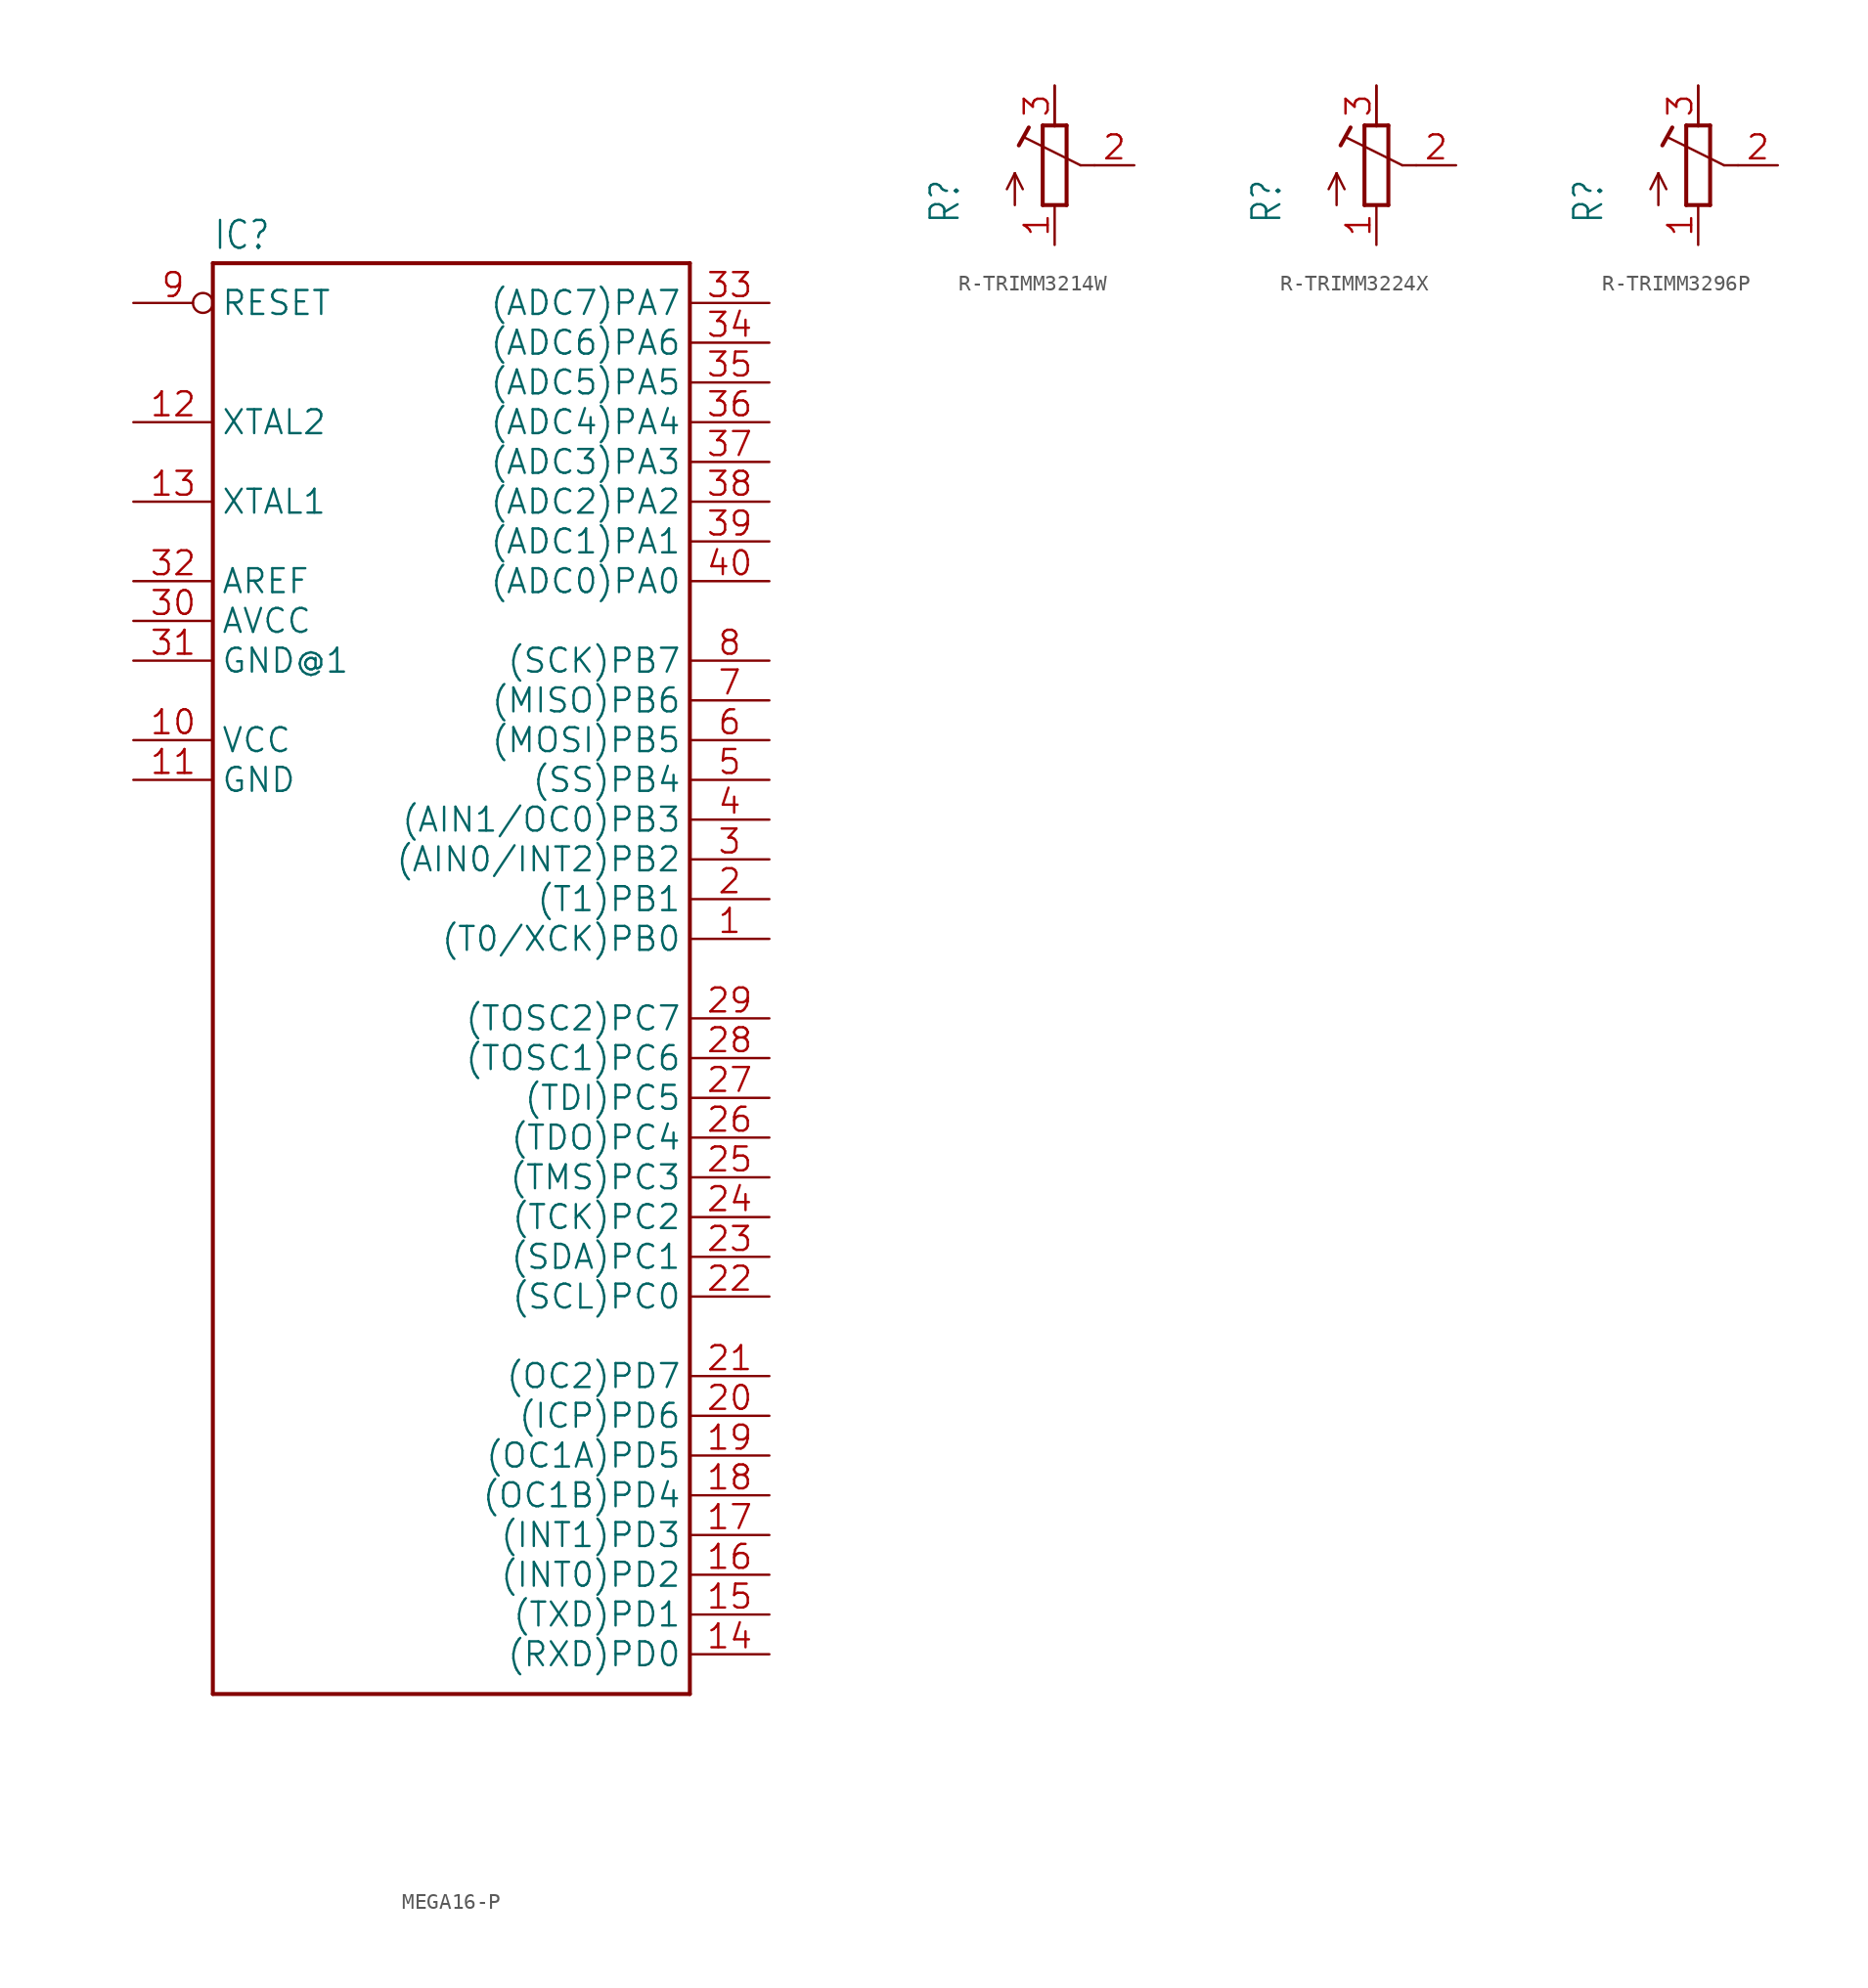
<source format=kicad_sym>
(kicad_symbol_lib
  (version 20241209)
  (generator "kicad_symbol_editor")
  (generator_version "9.0")
  (symbol "MEGA16-P"
    (property "Reference" "IC"
      (at -15.24 43.942 0)
      (effects (font (size 1.778 1.511)) (justify left bottom)))
    (property "Value" ""
      (at -15.24 -50.8 0)
      (effects (font (size 1.778 1.511)) (justify left bottom)))
    (property "ki_locked" ""
      (at 0 0 0)
      (effects (font (size 1.27 1.27))))
    (symbol "MEGA16-P_1_0"
      (polyline (pts (xy -15.24 43.18) (xy 15.24 43.18)) (stroke (width 0.254) (type solid)) (fill (type none)))
      (polyline (pts (xy -15.24 -48.26) (xy -15.24 43.18)) (stroke (width 0.254) (type solid)) (fill (type none)))
      (polyline (pts (xy 15.24 43.18) (xy 15.24 -48.26)) (stroke (width 0.254) (type solid)) (fill (type none)))
      (polyline (pts (xy 15.24 -48.26) (xy -15.24 -48.26)) (stroke (width 0.254) (type solid)) (fill (type none)))
      (pin input inverted (at -20.32 40.64 0) (length 5.08) (name "RESET" (effects (font (size 1.524 1.524)))) (number "9" (effects (font (size 1.524 1.524)))))
      (pin bidirectional line (at -20.32 33.02 0) (length 5.08) (name "XTAL2" (effects (font (size 1.524 1.524)))) (number "12" (effects (font (size 1.524 1.524)))))
      (pin bidirectional line (at -20.32 27.94 0) (length 5.08) (name "XTAL1" (effects (font (size 1.524 1.524)))) (number "13" (effects (font (size 1.524 1.524)))))
      (pin passive line (at -20.32 22.86 0) (length 5.08) (name "AREF" (effects (font (size 1.524 1.524)))) (number "32" (effects (font (size 1.524 1.524)))))
      (pin power_in line (at -20.32 20.32 0) (length 5.08) (name "AVCC" (effects (font (size 1.524 1.524)))) (number "30" (effects (font (size 1.524 1.524)))))
      (pin power_in line (at -20.32 17.78 0) (length 5.08) (name "GND@1" (effects (font (size 1.524 1.524)))) (number "31" (effects (font (size 1.524 1.524)))))
      (pin power_in line (at -20.32 12.7 0) (length 5.08) (name "VCC" (effects (font (size 1.524 1.524)))) (number "10" (effects (font (size 1.524 1.524)))))
      (pin power_in line (at -20.32 10.16 0) (length 5.08) (name "GND" (effects (font (size 1.524 1.524)))) (number "11" (effects (font (size 1.524 1.524)))))
      (pin bidirectional line (at 20.32 40.64 180) (length 5.08) (name "(ADC7)PA7" (effects (font (size 1.524 1.524)))) (number "33" (effects (font (size 1.524 1.524)))))
      (pin bidirectional line (at 20.32 38.1 180) (length 5.08) (name "(ADC6)PA6" (effects (font (size 1.524 1.524)))) (number "34" (effects (font (size 1.524 1.524)))))
      (pin bidirectional line (at 20.32 35.56 180) (length 5.08) (name "(ADC5)PA5" (effects (font (size 1.524 1.524)))) (number "35" (effects (font (size 1.524 1.524)))))
      (pin bidirectional line (at 20.32 33.02 180) (length 5.08) (name "(ADC4)PA4" (effects (font (size 1.524 1.524)))) (number "36" (effects (font (size 1.524 1.524)))))
      (pin bidirectional line (at 20.32 30.48 180) (length 5.08) (name "(ADC3)PA3" (effects (font (size 1.524 1.524)))) (number "37" (effects (font (size 1.524 1.524)))))
      (pin bidirectional line (at 20.32 27.94 180) (length 5.08) (name "(ADC2)PA2" (effects (font (size 1.524 1.524)))) (number "38" (effects (font (size 1.524 1.524)))))
      (pin bidirectional line (at 20.32 25.4 180) (length 5.08) (name "(ADC1)PA1" (effects (font (size 1.524 1.524)))) (number "39" (effects (font (size 1.524 1.524)))))
      (pin bidirectional line (at 20.32 22.86 180) (length 5.08) (name "(ADC0)PA0" (effects (font (size 1.524 1.524)))) (number "40" (effects (font (size 1.524 1.524)))))
      (pin bidirectional line (at 20.32 17.78 180) (length 5.08) (name "(SCK)PB7" (effects (font (size 1.524 1.524)))) (number "8" (effects (font (size 1.524 1.524)))))
      (pin bidirectional line (at 20.32 15.24 180) (length 5.08) (name "(MISO)PB6" (effects (font (size 1.524 1.524)))) (number "7" (effects (font (size 1.524 1.524)))))
      (pin bidirectional line (at 20.32 12.7 180) (length 5.08) (name "(MOSI)PB5" (effects (font (size 1.524 1.524)))) (number "6" (effects (font (size 1.524 1.524)))))
      (pin bidirectional line (at 20.32 10.16 180) (length 5.08) (name "(SS)PB4" (effects (font (size 1.524 1.524)))) (number "5" (effects (font (size 1.524 1.524)))))
      (pin bidirectional line (at 20.32 7.62 180) (length 5.08) (name "(AIN1/OC0)PB3" (effects (font (size 1.524 1.524)))) (number "4" (effects (font (size 1.524 1.524)))))
      (pin bidirectional line (at 20.32 5.08 180) (length 5.08) (name "(AIN0/INT2)PB2" (effects (font (size 1.524 1.524)))) (number "3" (effects (font (size 1.524 1.524)))))
      (pin bidirectional line (at 20.32 2.54 180) (length 5.08) (name "(T1)PB1" (effects (font (size 1.524 1.524)))) (number "2" (effects (font (size 1.524 1.524)))))
      (pin bidirectional line (at 20.32 0 180) (length 5.08) (name "(T0/XCK)PB0" (effects (font (size 1.524 1.524)))) (number "1" (effects (font (size 1.524 1.524)))))
      (pin bidirectional line (at 20.32 -5.08 180) (length 5.08) (name "(TOSC2)PC7" (effects (font (size 1.524 1.524)))) (number "29" (effects (font (size 1.524 1.524)))))
      (pin bidirectional line (at 20.32 -7.62 180) (length 5.08) (name "(TOSC1)PC6" (effects (font (size 1.524 1.524)))) (number "28" (effects (font (size 1.524 1.524)))))
      (pin bidirectional line (at 20.32 -10.16 180) (length 5.08) (name "(TDI)PC5" (effects (font (size 1.524 1.524)))) (number "27" (effects (font (size 1.524 1.524)))))
      (pin bidirectional line (at 20.32 -12.7 180) (length 5.08) (name "(TDO)PC4" (effects (font (size 1.524 1.524)))) (number "26" (effects (font (size 1.524 1.524)))))
      (pin bidirectional line (at 20.32 -15.24 180) (length 5.08) (name "(TMS)PC3" (effects (font (size 1.524 1.524)))) (number "25" (effects (font (size 1.524 1.524)))))
      (pin bidirectional line (at 20.32 -17.78 180) (length 5.08) (name "(TCK)PC2" (effects (font (size 1.524 1.524)))) (number "24" (effects (font (size 1.524 1.524)))))
      (pin bidirectional line (at 20.32 -20.32 180) (length 5.08) (name "(SDA)PC1" (effects (font (size 1.524 1.524)))) (number "23" (effects (font (size 1.524 1.524)))))
      (pin bidirectional line (at 20.32 -22.86 180) (length 5.08) (name "(SCL)PC0" (effects (font (size 1.524 1.524)))) (number "22" (effects (font (size 1.524 1.524)))))
      (pin bidirectional line (at 20.32 -27.94 180) (length 5.08) (name "(OC2)PD7" (effects (font (size 1.524 1.524)))) (number "21" (effects (font (size 1.524 1.524)))))
      (pin bidirectional line (at 20.32 -30.48 180) (length 5.08) (name "(ICP)PD6" (effects (font (size 1.524 1.524)))) (number "20" (effects (font (size 1.524 1.524)))))
      (pin bidirectional line (at 20.32 -33.02 180) (length 5.08) (name "(OC1A)PD5" (effects (font (size 1.524 1.524)))) (number "19" (effects (font (size 1.524 1.524)))))
      (pin bidirectional line (at 20.32 -35.56 180) (length 5.08) (name "(OC1B)PD4" (effects (font (size 1.524 1.524)))) (number "18" (effects (font (size 1.524 1.524)))))
      (pin bidirectional line (at 20.32 -38.1 180) (length 5.08) (name "(INT1)PD3" (effects (font (size 1.524 1.524)))) (number "17" (effects (font (size 1.524 1.524)))))
      (pin bidirectional line (at 20.32 -40.64 180) (length 5.08) (name "(INT0)PD2" (effects (font (size 1.524 1.524)))) (number "16" (effects (font (size 1.524 1.524)))))
      (pin bidirectional line (at 20.32 -43.18 180) (length 5.08) (name "(TXD)PD1" (effects (font (size 1.524 1.524)))) (number "15" (effects (font (size 1.524 1.524)))))
      (pin bidirectional line (at 20.32 -45.72 180) (length 5.08) (name "(RXD)PD0" (effects (font (size 1.524 1.524)))) (number "14" (effects (font (size 1.524 1.524)))))))
  (symbol "R-TRIMM3214W"
    (property "Reference" "R"
      (at -5.969 -3.81 90)
      (effects (font (size 1.778 1.511)) (justify left bottom)))
    (property "Value" ""
      (at -3.81 -3.81 90)
      (effects (font (size 1.778 1.511)) (justify left bottom)))
    (property "ki_locked" ""
      (at 0 0 0)
      (effects (font (size 1.27 1.27))))
    (symbol "R-TRIMM3214W_1_0"
      (polyline (pts (xy -2.54 -0.508) (xy -3.048 -1.524)) (stroke (width 0.152) (type solid)) (fill (type none)))
      (polyline (pts (xy -2.54 -0.508) (xy -2.032 -1.524)) (stroke (width 0.152) (type solid)) (fill (type none)))
      (polyline (pts (xy -2.54 -2.54) (xy -2.54 -0.508)) (stroke (width 0.152) (type solid)) (fill (type none)))
      (polyline (pts (xy -2.286 1.27) (xy -1.651 2.413)) (stroke (width 0.254) (type solid)) (fill (type none)))
      (polyline (pts (xy -0.762 2.54) (xy -0.762 -2.54)) (stroke (width 0.254) (type solid)) (fill (type none)))
      (polyline (pts (xy -0.762 -2.54) (xy 0.762 -2.54)) (stroke (width 0.254) (type solid)) (fill (type none)))
      (polyline (pts (xy 0 2.54) (xy -0.762 2.54)) (stroke (width 0.254) (type solid)) (fill (type none)))
      (polyline (pts (xy 0 2.54) (xy 0 5.08)) (stroke (width 0.152) (type solid)) (fill (type none)))
      (polyline (pts (xy 0.762 2.54) (xy 0 2.54)) (stroke (width 0.254) (type solid)) (fill (type none)))
      (polyline (pts (xy 0.762 -2.54) (xy 0.762 2.54)) (stroke (width 0.254) (type solid)) (fill (type none)))
      (polyline (pts (xy 1.651 0) (xy -1.88 1.753)) (stroke (width 0.152) (type solid)) (fill (type none)))
      (polyline (pts (xy 2.54 0) (xy 1.651 0)) (stroke (width 0.152) (type solid)) (fill (type none)))
      (pin passive line (at 0 5.08 270) (length 2.54) (name "A" (effects (font (size 0 0)))) (number "3" (effects (font (size 1.524 1.524)))))
      (pin passive line (at 0 -5.08 90) (length 2.54) (name "E" (effects (font (size 0 0)))) (number "1" (effects (font (size 1.524 1.524)))))
      (pin passive line (at 5.08 0 180) (length 2.54) (name "S" (effects (font (size 0 0)))) (number "2" (effects (font (size 1.524 1.524)))))))
  (symbol "R-TRIMM3224X"
    (property "Reference" "R"
      (at -5.969 -3.81 90)
      (effects (font (size 1.778 1.511)) (justify left bottom)))
    (property "Value" ""
      (at -3.81 -3.81 90)
      (effects (font (size 1.778 1.511)) (justify left bottom)))
    (property "ki_locked" ""
      (at 0 0 0)
      (effects (font (size 1.27 1.27))))
    (symbol "R-TRIMM3224X_1_0"
      (polyline (pts (xy -2.54 -0.508) (xy -3.048 -1.524)) (stroke (width 0.152) (type solid)) (fill (type none)))
      (polyline (pts (xy -2.54 -0.508) (xy -2.032 -1.524)) (stroke (width 0.152) (type solid)) (fill (type none)))
      (polyline (pts (xy -2.54 -2.54) (xy -2.54 -0.508)) (stroke (width 0.152) (type solid)) (fill (type none)))
      (polyline (pts (xy -2.286 1.27) (xy -1.651 2.413)) (stroke (width 0.254) (type solid)) (fill (type none)))
      (polyline (pts (xy -0.762 2.54) (xy -0.762 -2.54)) (stroke (width 0.254) (type solid)) (fill (type none)))
      (polyline (pts (xy -0.762 -2.54) (xy 0.762 -2.54)) (stroke (width 0.254) (type solid)) (fill (type none)))
      (polyline (pts (xy 0 2.54) (xy -0.762 2.54)) (stroke (width 0.254) (type solid)) (fill (type none)))
      (polyline (pts (xy 0 2.54) (xy 0 5.08)) (stroke (width 0.152) (type solid)) (fill (type none)))
      (polyline (pts (xy 0.762 2.54) (xy 0 2.54)) (stroke (width 0.254) (type solid)) (fill (type none)))
      (polyline (pts (xy 0.762 -2.54) (xy 0.762 2.54)) (stroke (width 0.254) (type solid)) (fill (type none)))
      (polyline (pts (xy 1.651 0) (xy -1.88 1.753)) (stroke (width 0.152) (type solid)) (fill (type none)))
      (polyline (pts (xy 2.54 0) (xy 1.651 0)) (stroke (width 0.152) (type solid)) (fill (type none)))
      (pin passive line (at 0 5.08 270) (length 2.54) (name "A" (effects (font (size 0 0)))) (number "3" (effects (font (size 1.524 1.524)))))
      (pin passive line (at 0 -5.08 90) (length 2.54) (name "E" (effects (font (size 0 0)))) (number "1" (effects (font (size 1.524 1.524)))))
      (pin passive line (at 5.08 0 180) (length 2.54) (name "S" (effects (font (size 0 0)))) (number "2" (effects (font (size 1.524 1.524)))))))
  (symbol "R-TRIMM3296P"
    (property "Reference" "R"
      (at -5.969 -3.81 90)
      (effects (font (size 1.778 1.511)) (justify left bottom)))
    (property "Value" ""
      (at -3.81 -3.81 90)
      (effects (font (size 1.778 1.511)) (justify left bottom)))
    (property "ki_locked" ""
      (at 0 0 0)
      (effects (font (size 1.27 1.27))))
    (symbol "R-TRIMM3296P_1_0"
      (polyline (pts (xy -2.54 -0.508) (xy -3.048 -1.524)) (stroke (width 0.152) (type solid)) (fill (type none)))
      (polyline (pts (xy -2.54 -0.508) (xy -2.032 -1.524)) (stroke (width 0.152) (type solid)) (fill (type none)))
      (polyline (pts (xy -2.54 -2.54) (xy -2.54 -0.508)) (stroke (width 0.152) (type solid)) (fill (type none)))
      (polyline (pts (xy -2.286 1.27) (xy -1.651 2.413)) (stroke (width 0.254) (type solid)) (fill (type none)))
      (polyline (pts (xy -0.762 2.54) (xy -0.762 -2.54)) (stroke (width 0.254) (type solid)) (fill (type none)))
      (polyline (pts (xy -0.762 -2.54) (xy 0.762 -2.54)) (stroke (width 0.254) (type solid)) (fill (type none)))
      (polyline (pts (xy 0 2.54) (xy -0.762 2.54)) (stroke (width 0.254) (type solid)) (fill (type none)))
      (polyline (pts (xy 0 2.54) (xy 0 5.08)) (stroke (width 0.152) (type solid)) (fill (type none)))
      (polyline (pts (xy 0.762 2.54) (xy 0 2.54)) (stroke (width 0.254) (type solid)) (fill (type none)))
      (polyline (pts (xy 0.762 -2.54) (xy 0.762 2.54)) (stroke (width 0.254) (type solid)) (fill (type none)))
      (polyline (pts (xy 1.651 0) (xy -1.88 1.753)) (stroke (width 0.152) (type solid)) (fill (type none)))
      (polyline (pts (xy 2.54 0) (xy 1.651 0)) (stroke (width 0.152) (type solid)) (fill (type none)))
      (pin passive line (at 0 5.08 270) (length 2.54) (name "A" (effects (font (size 0 0)))) (number "3" (effects (font (size 1.524 1.524)))))
      (pin passive line (at 0 -5.08 90) (length 2.54) (name "E" (effects (font (size 0 0)))) (number "1" (effects (font (size 1.524 1.524)))))
      (pin passive line (at 5.08 0 180) (length 2.54) (name "S" (effects (font (size 0 0)))) (number "2" (effects (font (size 1.524 1.524))))))))
</source>
